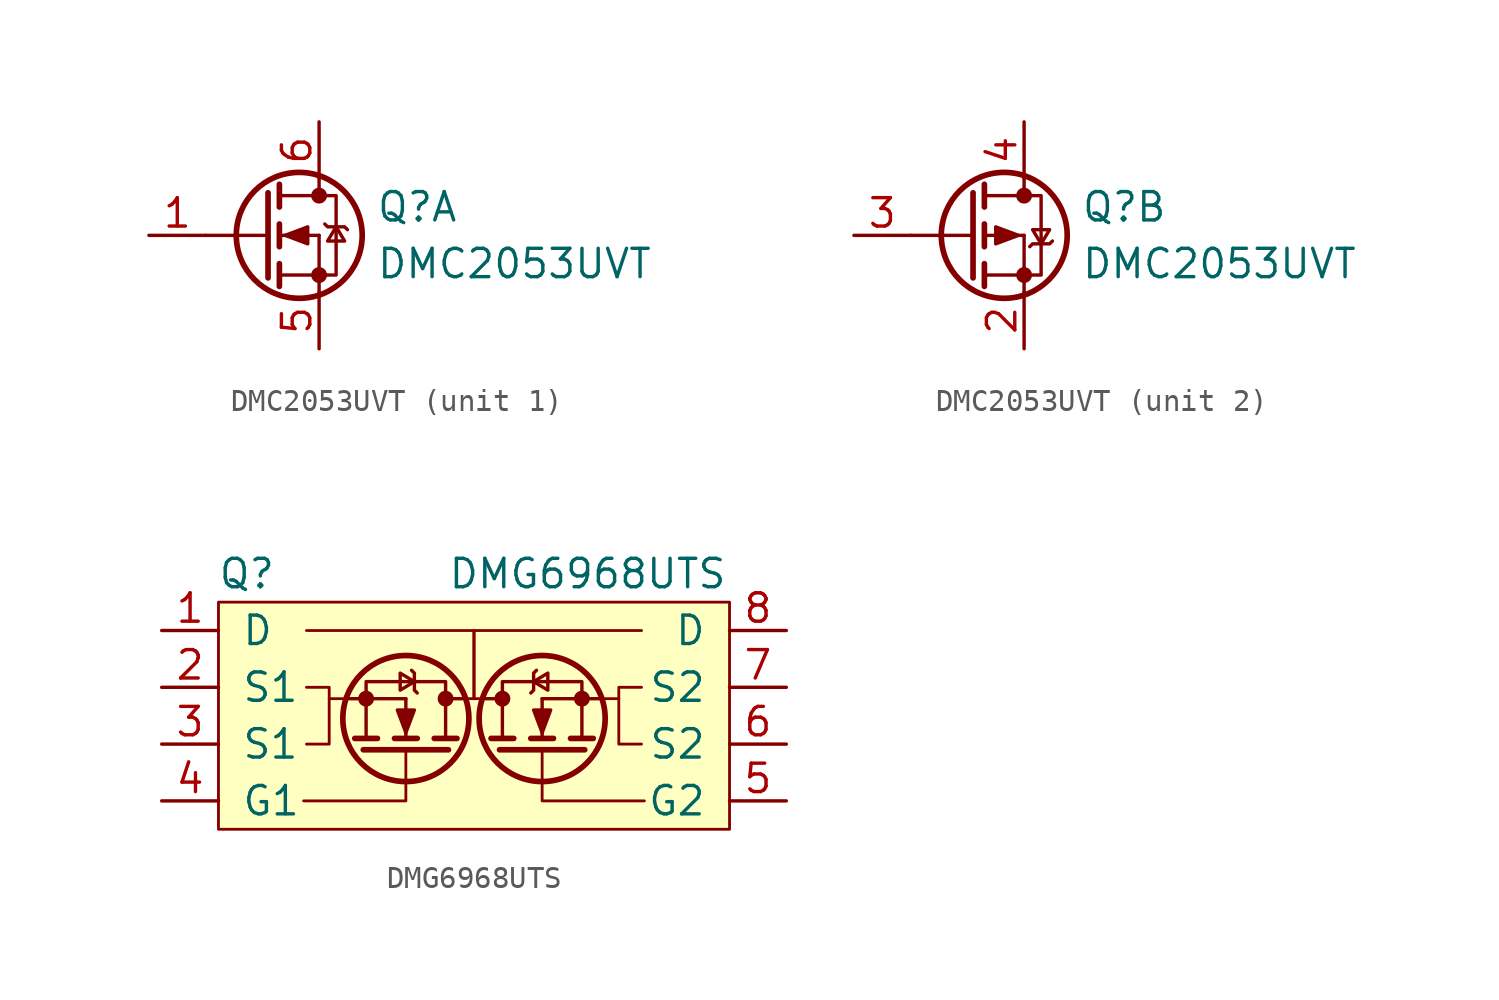
<source format=kicad_sym>
(kicad_symbol_lib
  (version 20201005)
  (generator kicad_symbol_editor)
  (symbol "DMC2053UVT"
    (pin_names hide)
    (property "Reference" "Q"
      (at 2.54 1.27 0)
      (effects (font (size 1.27 1.27)) (justify left)))
    (property "Value" "DMC2053UVT"
      (at 2.54 -1.27 0)
      (effects (font (size 1.27 1.27)) (justify left)))
    (property "ki_locked" ""
      (at 0 0 0)
      (effects (font (size 1.27 1.27))))
    (symbol "DMC2053UVT_1_1"
      (circle (center -0.889 0) (radius 2.819) (stroke (width 0.254)) (fill (type none)))
      (circle (center 0 -1.778) (radius 0.279) (stroke (width 0)) (fill (type outline)))
      (circle (center 0 1.778) (radius 0.279) (stroke (width 0)) (fill (type outline)))
      (polyline (pts (xy -5.08 0) (xy -2.286 0)) (stroke (width 0)) (fill (type none)))
      (polyline (pts (xy -1.778 -1.778) (xy 0 -1.778)) (stroke (width 0)) (fill (type none)))
      (polyline (pts (xy -1.778 -1.27) (xy -1.778 -2.286)) (stroke (width 0.254)) (fill (type none)))
      (polyline (pts (xy -1.778 0) (xy 0 0)) (stroke (width 0)) (fill (type none)))
      (polyline (pts (xy -1.778 0.508) (xy -1.778 -0.508)) (stroke (width 0.254)) (fill (type none)))
      (polyline (pts (xy -1.778 1.778) (xy 0 1.778)) (stroke (width 0)) (fill (type none)))
      (polyline (pts (xy -1.778 2.286) (xy -1.778 1.27)) (stroke (width 0.254)) (fill (type none)))
      (polyline (pts (xy 0 -1.778) (xy 0 -2.54)) (stroke (width 0)) (fill (type none)))
      (polyline (pts (xy 0 -1.778) (xy 0 0)) (stroke (width 0)) (fill (type none)))
      (polyline (pts (xy 0 2.54) (xy 0 1.778)) (stroke (width 0)) (fill (type none)))
      (polyline (pts (xy -2.286 1.905) (xy -2.286 -1.905) (xy -2.286 -1.905)) (stroke (width 0.254)) (fill (type none)))
      (polyline (pts (xy -1.524 0) (xy -0.508 0.381) (xy -0.508 -0.381) (xy -1.524 0)) (stroke (width 0)) (fill (type outline)))
      (polyline (pts (xy 0 -1.778) (xy 0.762 -1.778) (xy 0.762 1.778) (xy 0 1.778)) (stroke (width 0)) (fill (type none)))
      (polyline (pts (xy 0.254 0.508) (xy 0.381 0.381) (xy 1.143 0.381) (xy 1.27 0.254)) (stroke (width 0)) (fill (type none)))
      (polyline (pts (xy 0.762 0.381) (xy 0.381 -0.254) (xy 1.143 -0.254) (xy 0.762 0.381)) (stroke (width 0)) (fill (type none)))
      (pin passive line (at -7.62 0 0) (length 2.54) (name "G" (effects (font (size 1.27 1.27)))) (number "1" (effects (font (size 1.27 1.27)))))
      (pin passive line (at 0 -5.08 90) (length 2.54) (name "S" (effects (font (size 1.27 1.27)))) (number "5" (effects (font (size 1.27 1.27)))))
      (pin passive line (at 0 5.08 270) (length 2.54) (name "D" (effects (font (size 1.27 1.27)))) (number "6" (effects (font (size 1.27 1.27))))))
    (symbol "DMC2053UVT_2_1"
      (circle (center -0.889 0) (radius 2.819) (stroke (width 0.254)) (fill (type none)))
      (circle (center 0 -1.778) (radius 0.279) (stroke (width 0)) (fill (type outline)))
      (circle (center 0 1.778) (radius 0.279) (stroke (width 0)) (fill (type outline)))
      (polyline (pts (xy -5.08 0) (xy -2.286 0)) (stroke (width 0)) (fill (type none)))
      (polyline (pts (xy -1.778 -1.778) (xy 0 -1.778)) (stroke (width 0)) (fill (type none)))
      (polyline (pts (xy -1.778 -1.27) (xy -1.778 -2.286)) (stroke (width 0.254)) (fill (type none)))
      (polyline (pts (xy -1.778 0) (xy 0 0)) (stroke (width 0)) (fill (type none)))
      (polyline (pts (xy -1.778 0.508) (xy -1.778 -0.508)) (stroke (width 0.254)) (fill (type none)))
      (polyline (pts (xy -1.778 1.778) (xy 0 1.778)) (stroke (width 0)) (fill (type none)))
      (polyline (pts (xy -1.778 2.286) (xy -1.778 1.27)) (stroke (width 0.254)) (fill (type none)))
      (polyline (pts (xy 0 -1.778) (xy 0 -2.54)) (stroke (width 0)) (fill (type none)))
      (polyline (pts (xy 0 -1.778) (xy 0 0)) (stroke (width 0)) (fill (type none)))
      (polyline (pts (xy 0 2.54) (xy 0 1.778)) (stroke (width 0)) (fill (type none)))
      (polyline (pts (xy -2.286 1.905) (xy -2.286 -1.905) (xy -2.286 -1.905)) (stroke (width 0.254)) (fill (type none)))
      (polyline (pts (xy -0.254 0) (xy -1.27 -0.381) (xy -1.27 0.381) (xy -0.254 0)) (stroke (width 0)) (fill (type outline)))
      (polyline (pts (xy 0 -1.778) (xy 0.762 -1.778) (xy 0.762 1.778) (xy 0 1.778)) (stroke (width 0)) (fill (type none)))
      (polyline (pts (xy 0.254 -0.508) (xy 0.381 -0.381) (xy 1.143 -0.381) (xy 1.27 -0.254)) (stroke (width 0)) (fill (type none)))
      (polyline (pts (xy 0.762 -0.381) (xy 0.381 0.254) (xy 1.143 0.254) (xy 0.762 -0.381)) (stroke (width 0)) (fill (type none)))
      (pin passive line (at 0 -5.08 90) (length 2.54) (name "S" (effects (font (size 1.27 1.27)))) (number "2" (effects (font (size 1.27 1.27)))))
      (pin passive line (at -7.62 0 0) (length 2.54) (name "G" (effects (font (size 1.27 1.27)))) (number "3" (effects (font (size 1.27 1.27)))))
      (pin passive line (at 0 5.08 270) (length 2.54) (name "D" (effects (font (size 1.27 1.27)))) (number "4" (effects (font (size 1.27 1.27)))))))
  (symbol "DMG6968UTS"
    (pin_names
      (offset 1.016))
    (property "Reference" "Q"
      (at -10.16 6.35 0)
      (effects (font (size 1.27 1.27))))
    (property "Value" "DMG6968UTS"
      (at 5.08 6.35 0)
      (effects (font (size 1.27 1.27))))
    (symbol "DMG6968UTS_1_1"
      (circle (center -4.826 0.762) (radius 0.279) (stroke (width 0)) (fill (type outline)))
      (circle (center -3.048 -0.127) (radius 2.819) (stroke (width 0.254)) (fill (type none)))
      (circle (center -1.27 0.762) (radius 0.279) (stroke (width 0)) (fill (type outline)))
      (circle (center 1.27 0.762) (radius 0.279) (stroke (width 0)) (fill (type outline)))
      (circle (center 3.048 -0.127) (radius 2.819) (stroke (width 0.254)) (fill (type none)))
      (circle (center 4.826 0.762) (radius 0.279) (stroke (width 0)) (fill (type outline)))
      (rectangle (start -11.43 5.08) (end 11.43 -5.08) (stroke (width 0.127)) (fill (type background)))
      (polyline (pts (xy -4.826 -1.016) (xy -4.826 0.762)) (stroke (width 0)) (fill (type none)))
      (polyline (pts (xy -4.826 0.762) (xy -5.588 0.762)) (stroke (width 0)) (fill (type none)))
      (polyline (pts (xy -4.826 0.762) (xy -3.048 0.762)) (stroke (width 0)) (fill (type none)))
      (polyline (pts (xy -4.318 -1.016) (xy -5.334 -1.016)) (stroke (width 0.254)) (fill (type none)))
      (polyline (pts (xy -3.048 -1.016) (xy -3.048 0.762)) (stroke (width 0)) (fill (type none)))
      (polyline (pts (xy -2.54 -1.016) (xy -3.556 -1.016)) (stroke (width 0.254)) (fill (type none)))
      (polyline (pts (xy -1.27 -1.016) (xy -1.27 0.762)) (stroke (width 0)) (fill (type none)))
      (polyline (pts (xy -0.762 -1.016) (xy -1.778 -1.016)) (stroke (width 0.254)) (fill (type none)))
      (polyline (pts (xy -0.508 0.762) (xy -1.27 0.762)) (stroke (width 0)) (fill (type none)))
      (polyline (pts (xy -0.508 0.762) (xy 0 0.762)) (stroke (width 0.127)) (fill (type none)))
      (polyline (pts (xy 0.508 0.762) (xy 0 0.762)) (stroke (width 0.127)) (fill (type none)))
      (polyline (pts (xy 0.508 0.762) (xy 1.27 0.762)) (stroke (width 0)) (fill (type none)))
      (polyline (pts (xy 0.762 -1.016) (xy 1.778 -1.016)) (stroke (width 0.254)) (fill (type none)))
      (polyline (pts (xy 1.27 -1.016) (xy 1.27 0.762)) (stroke (width 0)) (fill (type none)))
      (polyline (pts (xy 2.54 -1.016) (xy 3.556 -1.016)) (stroke (width 0.254)) (fill (type none)))
      (polyline (pts (xy 3.048 -1.016) (xy 3.048 0.762)) (stroke (width 0)) (fill (type none)))
      (polyline (pts (xy 4.318 -1.016) (xy 5.334 -1.016)) (stroke (width 0.254)) (fill (type none)))
      (polyline (pts (xy 4.826 -1.016) (xy 4.826 0.762)) (stroke (width 0)) (fill (type none)))
      (polyline (pts (xy 4.826 0.762) (xy 3.048 0.762)) (stroke (width 0)) (fill (type none)))
      (polyline (pts (xy 4.826 0.762) (xy 5.588 0.762)) (stroke (width 0)) (fill (type none)))
      (polyline (pts (xy -1.143 -1.524) (xy -4.953 -1.524) (xy -4.953 -1.524)) (stroke (width 0.254)) (fill (type none)))
      (polyline (pts (xy 1.143 -1.524) (xy 4.953 -1.524) (xy 4.953 -1.524)) (stroke (width 0.254)) (fill (type none)))
      (polyline (pts (xy -6.477 0.762) (xy -6.477 -0.635) (xy -6.477 -1.27) (xy -7.493 -1.27)) (stroke (width 0.127)) (fill (type none)))
      (polyline (pts (xy -5.588 0.762) (xy -6.477 0.762) (xy -6.477 1.27) (xy -7.493 1.27)) (stroke (width 0.127)) (fill (type none)))
      (polyline (pts (xy -4.826 0.762) (xy -4.826 1.524) (xy -1.27 1.524) (xy -1.27 0.762)) (stroke (width 0)) (fill (type none)))
      (polyline (pts (xy -3.048 -0.762) (xy -2.667 0.254) (xy -3.429 0.254) (xy -3.048 -0.762)) (stroke (width 0)) (fill (type outline)))
      (polyline (pts (xy -2.667 1.524) (xy -3.302 1.143) (xy -3.302 1.905) (xy -2.667 1.524)) (stroke (width 0)) (fill (type none)))
      (polyline (pts (xy -2.54 1.016) (xy -2.667 1.143) (xy -2.667 1.905) (xy -2.794 2.032)) (stroke (width 0)) (fill (type none)))
      (polyline (pts (xy 0 0.762) (xy 0 3.429) (xy 0 3.81) (xy -7.493 3.81)) (stroke (width 0.127)) (fill (type none)))
      (polyline (pts (xy 0 0.762) (xy 0 3.429) (xy 0 3.81) (xy 7.493 3.81)) (stroke (width 0.127)) (fill (type none)))
      (polyline (pts (xy 2.54 1.016) (xy 2.667 1.143) (xy 2.667 1.905) (xy 2.794 2.032)) (stroke (width 0)) (fill (type none)))
      (polyline (pts (xy 2.667 1.524) (xy 3.302 1.143) (xy 3.302 1.905) (xy 2.667 1.524)) (stroke (width 0)) (fill (type none)))
      (polyline (pts (xy 3.048 -0.762) (xy 2.667 0.254) (xy 3.429 0.254) (xy 3.048 -0.762)) (stroke (width 0)) (fill (type outline)))
      (polyline (pts (xy 4.826 0.762) (xy 4.826 1.524) (xy 1.27 1.524) (xy 1.27 0.762)) (stroke (width 0)) (fill (type none)))
      (polyline (pts (xy 5.588 0.762) (xy 6.477 0.762) (xy 6.477 1.27) (xy 7.493 1.27)) (stroke (width 0.127)) (fill (type none)))
      (polyline (pts (xy 6.477 0.762) (xy 6.477 -0.635) (xy 6.477 -1.27) (xy 7.493 -1.27)) (stroke (width 0.127)) (fill (type none)))
      (polyline (pts (xy -3.048 -1.524) (xy -3.048 -3.429) (xy -3.048 -3.81) (xy -6.477 -3.81) (xy -7.62 -3.81)) (stroke (width 0.127)) (fill (type none)))
      (polyline (pts (xy 3.048 -1.524) (xy 3.048 -3.429) (xy 3.048 -3.81) (xy 6.477 -3.81) (xy 7.62 -3.81)) (stroke (width 0.127)) (fill (type none)))
      (pin passive line (at -13.97 3.81 0) (length 2.54) (name "D" (effects (font (size 1.27 1.27)))) (number "1" (effects (font (size 1.27 1.27)))))
      (pin passive line (at -13.97 1.27 0) (length 2.54) (name "S1" (effects (font (size 1.27 1.27)))) (number "2" (effects (font (size 1.27 1.27)))))
      (pin passive line (at -13.97 -1.27 0) (length 2.54) (name "S1" (effects (font (size 1.27 1.27)))) (number "3" (effects (font (size 1.27 1.27)))))
      (pin input line (at -13.97 -3.81 0) (length 2.54) (name "G1" (effects (font (size 1.27 1.27)))) (number "4" (effects (font (size 1.27 1.27)))))
      (pin input line (at 13.97 -3.81 180) (length 2.54) (name "G2" (effects (font (size 1.27 1.27)))) (number "5" (effects (font (size 1.27 1.27)))))
      (pin passive line (at 13.97 -1.27 180) (length 2.54) (name "S2" (effects (font (size 1.27 1.27)))) (number "6" (effects (font (size 1.27 1.27)))))
      (pin passive line (at 13.97 1.27 180) (length 2.54) (name "S2" (effects (font (size 1.27 1.27)))) (number "7" (effects (font (size 1.27 1.27)))))
      (pin passive line (at 13.97 3.81 180) (length 2.54) (name "D" (effects (font (size 1.27 1.27)))) (number "8" (effects (font (size 1.27 1.27))))))))
</source>
